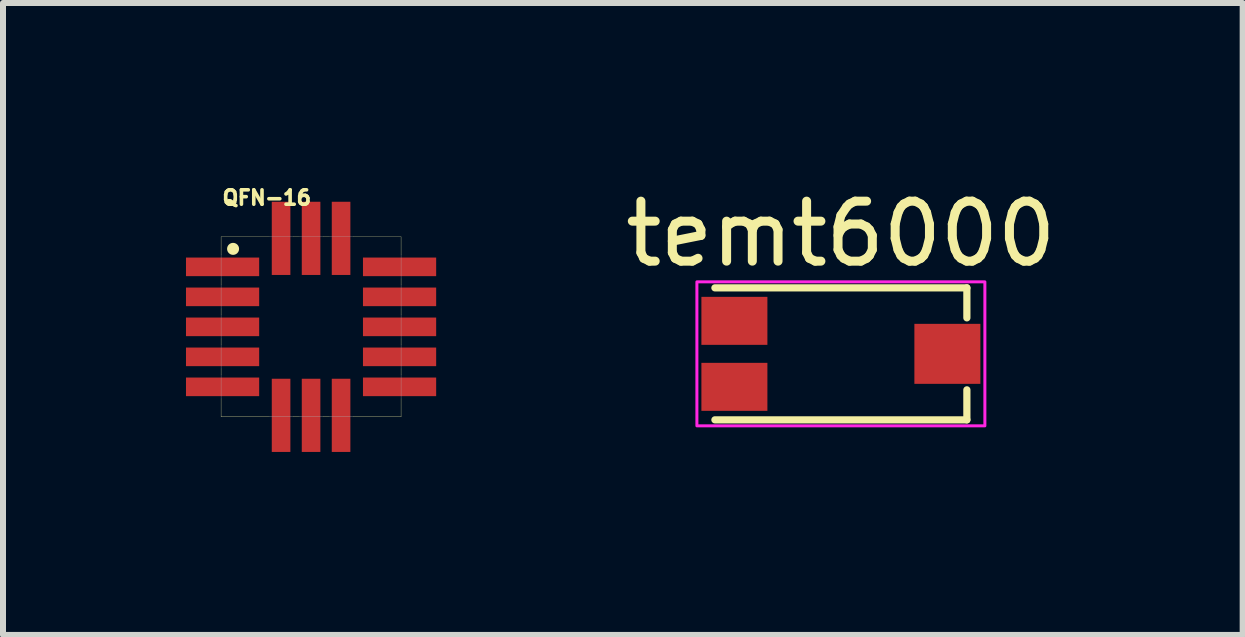
<source format=kicad_pcb>
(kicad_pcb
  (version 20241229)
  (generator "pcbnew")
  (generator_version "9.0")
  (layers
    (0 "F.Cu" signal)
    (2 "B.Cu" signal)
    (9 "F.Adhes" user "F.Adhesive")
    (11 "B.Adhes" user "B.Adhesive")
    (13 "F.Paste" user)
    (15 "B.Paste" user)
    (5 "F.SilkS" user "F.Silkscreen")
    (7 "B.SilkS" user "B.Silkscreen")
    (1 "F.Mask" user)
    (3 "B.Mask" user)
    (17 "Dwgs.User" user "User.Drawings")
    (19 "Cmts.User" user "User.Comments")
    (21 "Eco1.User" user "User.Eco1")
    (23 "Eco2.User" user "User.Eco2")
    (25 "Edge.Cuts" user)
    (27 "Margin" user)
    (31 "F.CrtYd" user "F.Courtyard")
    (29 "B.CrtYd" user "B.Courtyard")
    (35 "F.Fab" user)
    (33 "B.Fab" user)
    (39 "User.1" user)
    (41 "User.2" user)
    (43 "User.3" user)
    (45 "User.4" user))
  (footprint "QFN-16"
    (layer "F.Cu")
    (at 2.135 2.398)
    (property "Reference" "QFN-16" (at -0.738 -2.152 0) (layer "F.SilkS") (effects (font (size 0.24 0.24) (thickness 0.15))))
    (attr smd)
    (fp_poly (pts (xy -2.13 -1.2) (xy -0.81 -1.2) (xy -0.81 -0.8) (xy -2.13 -0.8)) (stroke (width 0.01) (type solid)) (fill yes) (layer "F.Mask"))
    (fp_poly (pts (xy -2.13 -0.7) (xy -0.81 -0.7) (xy -0.81 -0.3) (xy -2.13 -0.3)) (stroke (width 0.01) (type solid)) (fill yes) (layer "F.Mask"))
    (fp_poly (pts (xy -2.13 -0.2) (xy -0.81 -0.2) (xy -0.81 0.2) (xy -2.13 0.2)) (stroke (width 0.01) (type solid)) (fill yes) (layer "F.Mask"))
    (fp_poly (pts (xy -2.13 0.3) (xy -0.81 0.3) (xy -0.81 0.7) (xy -2.13 0.7)) (stroke (width 0.01) (type solid)) (fill yes) (layer "F.Mask"))
    (fp_poly (pts (xy -2.13 0.8) (xy -0.81 0.8) (xy -0.81 1.2) (xy -2.13 1.2)) (stroke (width 0.01) (type solid)) (fill yes) (layer "F.Mask"))
    (fp_poly (pts (xy -0.7 -0.81) (xy -0.7 -2.13) (xy -0.3 -2.13) (xy -0.3 -0.81)) (stroke (width 0.01) (type solid)) (fill yes) (layer "F.Mask"))
    (fp_poly (pts (xy -0.3 0.81) (xy -0.3 2.13) (xy -0.7 2.13) (xy -0.7 0.81)) (stroke (width 0.01) (type solid)) (fill yes) (layer "F.Mask"))
    (fp_poly (pts (xy -0.2 -0.81) (xy -0.2 -2.13) (xy 0.2 -2.13) (xy 0.2 -0.81)) (stroke (width 0.01) (type solid)) (fill yes) (layer "F.Mask"))
    (fp_poly (pts (xy 0.2 0.81) (xy 0.2 2.13) (xy -0.2 2.13) (xy -0.2 0.81)) (stroke (width 0.01) (type solid)) (fill yes) (layer "F.Mask"))
    (fp_poly (pts (xy 0.3 -0.81) (xy 0.3 -2.13) (xy 0.7 -2.13) (xy 0.7 -0.81)) (stroke (width 0.01) (type solid)) (fill yes) (layer "F.Mask"))
    (fp_poly (pts (xy 0.7 0.81) (xy 0.7 2.13) (xy 0.3 2.13) (xy 0.3 0.81)) (stroke (width 0.01) (type solid)) (fill yes) (layer "F.Mask"))
    (fp_poly (pts (xy 0.81 -1.2) (xy 2.13 -1.2) (xy 2.13 -0.8) (xy 0.81 -0.8)) (stroke (width 0.01) (type solid)) (fill yes) (layer "F.Mask"))
    (fp_poly (pts (xy 0.81 -0.7) (xy 2.13 -0.7) (xy 2.13 -0.3) (xy 0.81 -0.3)) (stroke (width 0.01) (type solid)) (fill yes) (layer "F.Mask"))
    (fp_poly (pts (xy 0.81 -0.2) (xy 2.13 -0.2) (xy 2.13 0.2) (xy 0.81 0.2)) (stroke (width 0.01) (type solid)) (fill yes) (layer "F.Mask"))
    (fp_poly (pts (xy 0.81 0.3) (xy 2.13 0.3) (xy 2.13 0.7) (xy 0.81 0.7)) (stroke (width 0.01) (type solid)) (fill yes) (layer "F.Mask"))
    (fp_poly (pts (xy 0.81 0.8) (xy 2.13 0.8) (xy 2.13 1.2) (xy 0.81 1.2)) (stroke (width 0.01) (type solid)) (fill yes) (layer "F.Mask"))
    (fp_line (start -1.5 -1.5) (end -0.7 -1.5) (stroke (width 0.005) (type solid)) (layer "F.SilkS"))
    (fp_line (start -1.5 -1.2) (end -1.5 -1.5) (stroke (width 0.005) (type solid)) (layer "F.SilkS"))
    (fp_line (start -1.5 -0.7) (end -1.5 -0.8) (stroke (width 0.005) (type solid)) (layer "F.SilkS"))
    (fp_line (start -1.5 -0.2) (end -1.5 -0.3) (stroke (width 0.005) (type solid)) (layer "F.SilkS"))
    (fp_line (start -1.5 0.3) (end -1.5 0.2) (stroke (width 0.005) (type solid)) (layer "F.SilkS"))
    (fp_line (start -1.5 0.8) (end -1.5 0.7) (stroke (width 0.005) (type solid)) (layer "F.SilkS"))
    (fp_line (start -1.5 1.5) (end -1.5 1.2) (stroke (width 0.005) (type solid)) (layer "F.SilkS"))
    (fp_line (start -1.5 1.5) (end -0.7 1.5) (stroke (width 0.005) (type solid)) (layer "F.SilkS"))
    (fp_line (start -0.3 -1.5) (end -0.2 -1.5) (stroke (width 0.005) (type solid)) (layer "F.SilkS"))
    (fp_line (start -0.2 1.5) (end -0.3 1.5) (stroke (width 0.005) (type solid)) (layer "F.SilkS"))
    (fp_line (start 0.2 -1.5) (end 0.3 -1.5) (stroke (width 0.005) (type solid)) (layer "F.SilkS"))
    (fp_line (start 0.3 1.5) (end 0.2 1.5) (stroke (width 0.005) (type solid)) (layer "F.SilkS"))
    (fp_line (start 0.7 -1.5) (end 1.5 -1.5) (stroke (width 0.005) (type solid)) (layer "F.SilkS"))
    (fp_line (start 0.7 1.5) (end 1.5 1.5) (stroke (width 0.005) (type solid)) (layer "F.SilkS"))
    (fp_line (start 1.5 -1.5) (end 1.5 -1.2) (stroke (width 0.005) (type solid)) (layer "F.SilkS"))
    (fp_line (start 1.5 -0.7) (end 1.5 -0.8) (stroke (width 0.005) (type solid)) (layer "F.SilkS"))
    (fp_line (start 1.5 -0.2) (end 1.5 -0.3) (stroke (width 0.005) (type solid)) (layer "F.SilkS"))
    (fp_line (start 1.5 0.2) (end 1.5 0.3) (stroke (width 0.005) (type solid)) (layer "F.SilkS"))
    (fp_line (start 1.5 0.8) (end 1.5 0.7) (stroke (width 0.005) (type solid)) (layer "F.SilkS"))
    (fp_line (start 1.5 1.5) (end 1.5 1.2) (stroke (width 0.005) (type solid)) (layer "F.SilkS"))
    (fp_circle (center -1.3 -1.3) (end -1.2 -1.3) (stroke (width 0) (type solid)) (fill yes) (layer "F.SilkS"))
    (fp_poly (pts (xy -2.07 -1.14) (xy -0.88 -1.14) (xy -0.88 -0.86) (xy -2.07 -0.86)) (stroke (width 0.01) (type solid)) (fill yes) (layer "F.Paste"))
    (fp_poly (pts (xy -2.07 -0.64) (xy -0.88 -0.64) (xy -0.88 -0.36) (xy -2.07 -0.36)) (stroke (width 0.01) (type solid)) (fill yes) (layer "F.Paste"))
    (fp_poly (pts (xy -2.07 -0.14) (xy -0.88 -0.14) (xy -0.88 0.14) (xy -2.07 0.14)) (stroke (width 0.01) (type solid)) (fill yes) (layer "F.Paste"))
    (fp_poly (pts (xy -2.07 0.36) (xy -0.88 0.36) (xy -0.88 0.64) (xy -2.07 0.64)) (stroke (width 0.01) (type solid)) (fill yes) (layer "F.Paste"))
    (fp_poly (pts (xy -2.07 0.86) (xy -0.88 0.86) (xy -0.88 1.14) (xy -2.07 1.14)) (stroke (width 0.01) (type solid)) (fill yes) (layer "F.Paste"))
    (fp_poly (pts (xy -0.64 -0.88) (xy -0.64 -2.07) (xy -0.36 -2.07) (xy -0.36 -0.88)) (stroke (width 0.01) (type solid)) (fill yes) (layer "F.Paste"))
    (fp_poly (pts (xy -0.36 0.88) (xy -0.36 2.07) (xy -0.64 2.07) (xy -0.64 0.88)) (stroke (width 0.01) (type solid)) (fill yes) (layer "F.Paste"))
    (fp_poly (pts (xy -0.14 -0.88) (xy -0.14 -2.07) (xy 0.14 -2.07) (xy 0.14 -0.88)) (stroke (width 0.01) (type solid)) (fill yes) (layer "F.Paste"))
    (fp_poly (pts (xy 0.14 0.88) (xy 0.14 2.07) (xy -0.14 2.07) (xy -0.14 0.88)) (stroke (width 0.01) (type solid)) (fill yes) (layer "F.Paste"))
    (fp_poly (pts (xy 0.36 -0.88) (xy 0.36 -2.07) (xy 0.64 -2.07) (xy 0.64 -0.88)) (stroke (width 0.01) (type solid)) (fill yes) (layer "F.Paste"))
    (fp_poly (pts (xy 0.64 0.88) (xy 0.64 2.07) (xy 0.36 2.07) (xy 0.36 0.88)) (stroke (width 0.01) (type solid)) (fill yes) (layer "F.Paste"))
    (fp_poly (pts (xy 0.88 -1.14) (xy 2.07 -1.14) (xy 2.07 -0.86) (xy 0.88 -0.86)) (stroke (width 0.01) (type solid)) (fill yes) (layer "F.Paste"))
    (fp_poly (pts (xy 0.88 -0.64) (xy 2.07 -0.64) (xy 2.07 -0.36) (xy 0.88 -0.36)) (stroke (width 0.01) (type solid)) (fill yes) (layer "F.Paste"))
    (fp_poly (pts (xy 0.88 -0.14) (xy 2.07 -0.14) (xy 2.07 0.14) (xy 0.88 0.14)) (stroke (width 0.01) (type solid)) (fill yes) (layer "F.Paste"))
    (fp_poly (pts (xy 0.88 0.36) (xy 2.07 0.36) (xy 2.07 0.64) (xy 0.88 0.64)) (stroke (width 0.01) (type solid)) (fill yes) (layer "F.Paste"))
    (fp_poly (pts (xy 0.88 0.86) (xy 2.07 0.86) (xy 2.07 1.14) (xy 0.88 1.14)) (stroke (width 0.01) (type solid)) (fill yes) (layer "F.Paste"))
    (fp_line (start -1.5 -0.8) (end -1.5 -1.2) (stroke (width 0.005) (type solid)) (layer "F.Fab"))
    (fp_line (start -1.5 -0.3) (end -1.5 -0.7) (stroke (width 0.005) (type solid)) (layer "F.Fab"))
    (fp_line (start -1.5 0.2) (end -1.5 -0.2) (stroke (width 0.005) (type solid)) (layer "F.Fab"))
    (fp_line (start -1.5 0.7) (end -1.5 0.3) (stroke (width 0.005) (type solid)) (layer "F.Fab"))
    (fp_line (start -1.5 1.2) (end -1.5 0.8) (stroke (width 0.005) (type solid)) (layer "F.Fab"))
    (fp_line (start -0.3 -1.5) (end -0.7 -1.5) (stroke (width 0.005) (type solid)) (layer "F.Fab"))
    (fp_line (start -0.3 1.5) (end -0.7 1.5) (stroke (width 0.005) (type solid)) (layer "F.Fab"))
    (fp_line (start 0.2 -1.5) (end -0.2 -1.5) (stroke (width 0.005) (type solid)) (layer "F.Fab"))
    (fp_line (start 0.2 1.5) (end -0.2 1.5) (stroke (width 0.005) (type solid)) (layer "F.Fab"))
    (fp_line (start 0.7 -1.5) (end 0.3 -1.5) (stroke (width 0.005) (type solid)) (layer "F.Fab"))
    (fp_line (start 0.7 1.5) (end 0.3 1.5) (stroke (width 0.005) (type solid)) (layer "F.Fab"))
    (fp_line (start 1.5 -0.8) (end 1.5 -1.2) (stroke (width 0.005) (type solid)) (layer "F.Fab"))
    (fp_line (start 1.5 -0.3) (end 1.5 -0.7) (stroke (width 0.005) (type solid)) (layer "F.Fab"))
    (fp_line (start 1.5 0.2) (end 1.5 -0.2) (stroke (width 0.005) (type solid)) (layer "F.Fab"))
    (fp_line (start 1.5 0.7) (end 1.5 0.3) (stroke (width 0.005) (type solid)) (layer "F.Fab"))
    (fp_line (start 1.5 1.2) (end 1.5 0.8) (stroke (width 0.005) (type solid)) (layer "F.Fab"))
    (pad "P1" smd rect (at -1.475 -1) (size 1.22 0.31) (layers "F.Cu"))
    (pad "P2" smd rect (at -1.475 -0.5) (size 1.22 0.31) (layers "F.Cu"))
    (pad "P3" smd rect (at -1.475 0) (size 1.22 0.31) (layers "F.Cu"))
    (pad "P4" smd rect (at -1.475 0.5) (size 1.22 0.31) (layers "F.Cu"))
    (pad "P5" smd rect (at -1.475 1) (size 1.22 0.31) (layers "F.Cu"))
    (pad "P6" smd rect (at -0.5 1.475 270) (size 1.22 0.31) (layers "F.Cu"))
    (pad "P7" smd rect (at 0 1.475 270) (size 1.22 0.31) (layers "F.Cu"))
    (pad "P8" smd rect (at 0.5 1.475 270) (size 1.22 0.31) (layers "F.Cu"))
    (pad "P9" smd rect (at 1.475 1 180) (size 1.22 0.31) (layers "F.Cu"))
    (pad "P10" smd rect (at 1.475 0.5 180) (size 1.22 0.31) (layers "F.Cu"))
    (pad "P11" smd rect (at 1.475 0 180) (size 1.22 0.31) (layers "F.Cu"))
    (pad "P12" smd rect (at 1.475 -0.5 180) (size 1.22 0.31) (layers "F.Cu"))
    (pad "P13" smd rect (at 1.475 -1 180) (size 1.22 0.31) (layers "F.Cu"))
    (pad "P14" smd rect (at 0.5 -1.475 90) (size 1.22 0.31) (layers "F.Cu"))
    (pad "P15" smd rect (at 0 -1.475 90) (size 1.22 0.31) (layers "F.Cu"))
    (pad "P16" smd rect (at -0.5 -1.475 90) (size 1.22 0.31) (layers "F.Cu")))
  (footprint "temt6000"
    (layer "F.Cu")
    (at 10.966 2.848)
    (property "Reference" "temt6000" (at 0 -2 0) (unlocked yes) (layer "F.SilkS") (effects (font (size 1 1) (thickness 0.15))))
    (attr smd)
    (fp_line (start 2.1 -1.1) (end -2.1 -1.1) (stroke (width 0.12) (type solid)) (layer "F.SilkS"))
    (fp_line (start 2.1 -1.1) (end 2.1 -0.6) (stroke (width 0.12) (type solid)) (layer "F.SilkS"))
    (fp_line (start 2.1 1.1) (end -2.1 1.1) (stroke (width 0.12) (type solid)) (layer "F.SilkS"))
    (fp_line (start 2.1 1.1) (end 2.1 0.6) (stroke (width 0.12) (type solid)) (layer "F.SilkS"))
    (fp_rect (start -2.4 -1.2) (end 2.4 1.2) (stroke (width 0.05) (type solid)) (fill no) (layer "F.CrtYd"))
    (pad "" smd rect (at -1.775 0.55) (size 1.1 0.8) (layers "F.Cu" "F.Mask" "F.Paste"))
    (pad "1" smd rect (at 1.775 0) (size 1.1 1) (layers "F.Cu" "F.Mask" "F.Paste"))
    (pad "2" smd rect (at -1.775 -0.55) (size 1.1 0.8) (layers "F.Cu" "F.Mask" "F.Paste")))
  (gr_rect
    (start -3 -3)
    (end 17.663 7.533)
    (stroke (width 0.1) (type default))
    (fill no)
    (layer "Edge.Cuts")))
</source>
